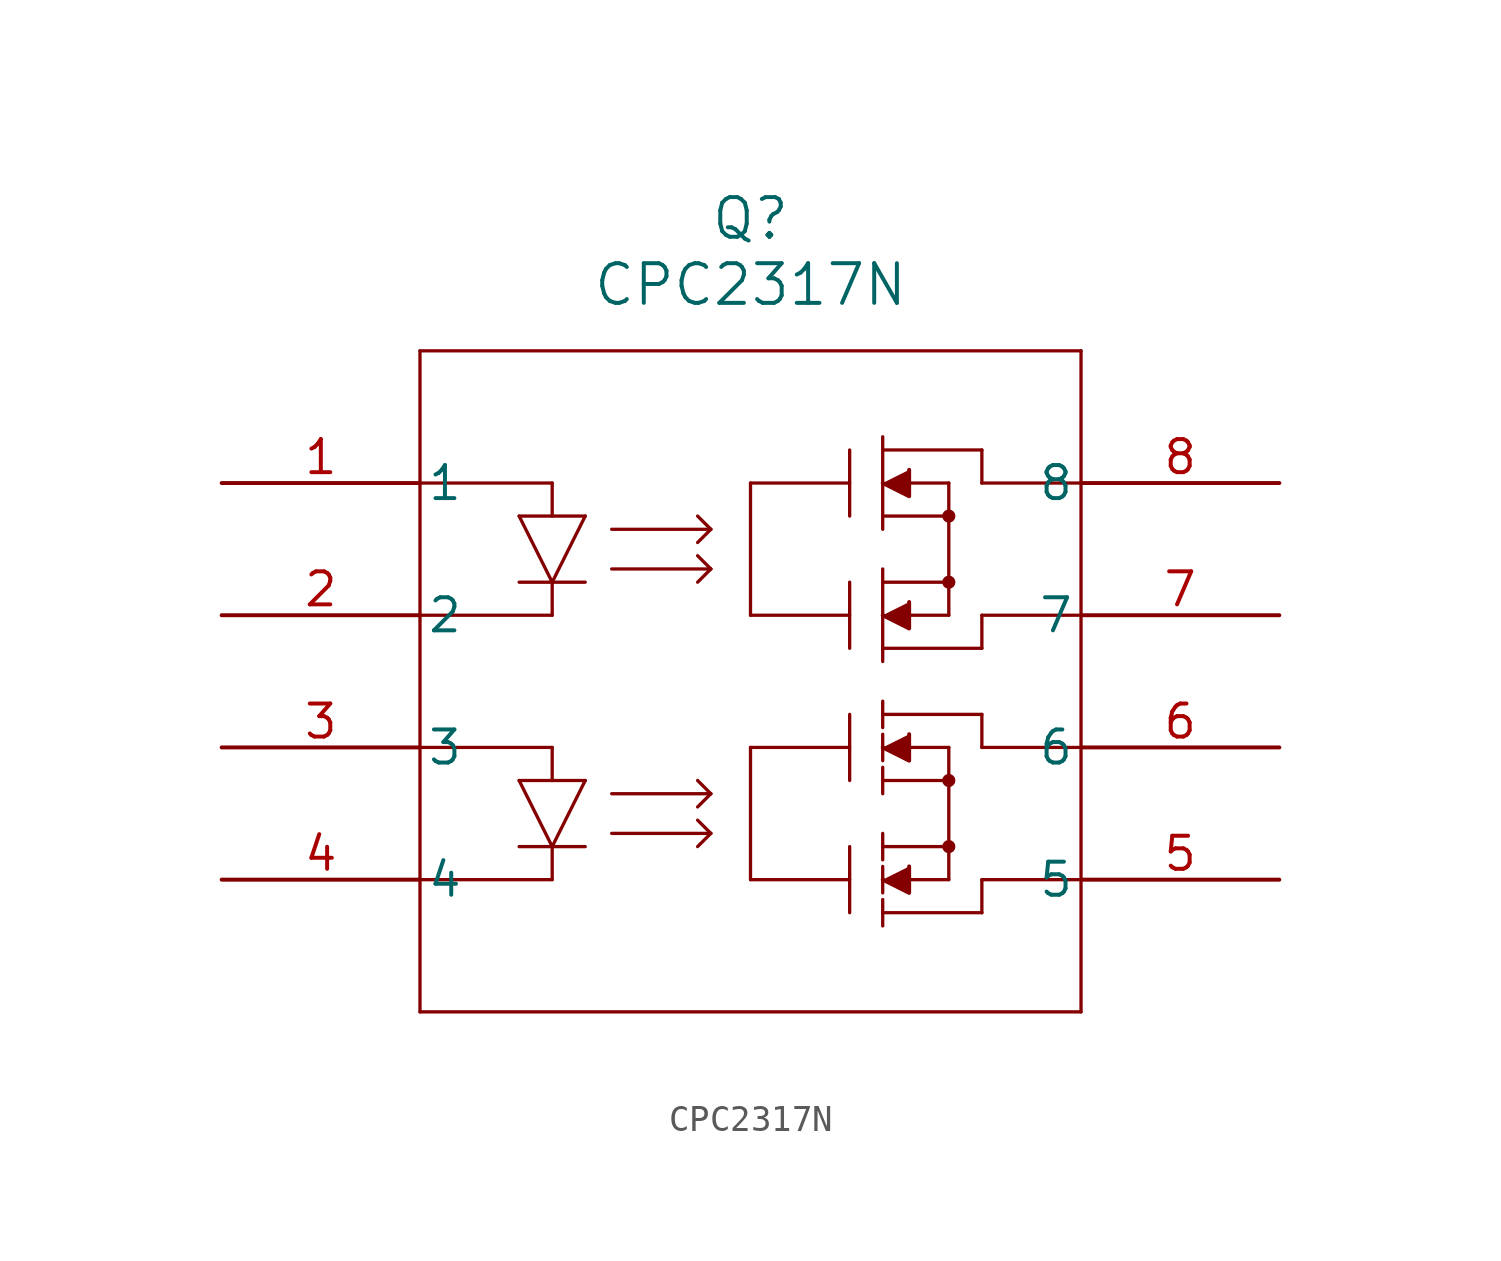
<source format=kicad_sym>
(kicad_symbol_lib
  (version 20211014)
  (generator kicad_symbol_editor)
  (symbol "CPC2317N"
    (pin_names
      (offset 0.254))
    (property "Reference" "Q"
      (at 20.32 10.16 0)
      (effects (font (size 1.524 1.524))))
    (property "Value" "CPC2317N"
      (at 20.32 7.62 0)
      (effects (font (size 1.524 1.524))))
    (symbol "CPC2317N_0_1"
      (polyline (pts (xy 7.62 5.08) (xy 7.62 -20.32)) (stroke (width 0.127) (type default) (color 0 0 0 0)) (fill (type none)))
      (polyline (pts (xy 7.62 -20.32) (xy 33.02 -20.32)) (stroke (width 0.127) (type default) (color 0 0 0 0)) (fill (type none)))
      (polyline (pts (xy 33.02 -20.32) (xy 33.02 5.08)) (stroke (width 0.127) (type default) (color 0 0 0 0)) (fill (type none)))
      (polyline (pts (xy 33.02 5.08) (xy 7.62 5.08)) (stroke (width 0.127) (type default) (color 0 0 0 0)) (fill (type none)))
      (polyline (pts (xy 7.62 0) (xy 12.7 0)) (stroke (width 0.127) (type default) (color 0 0 0 0)) (fill (type none)))
      (polyline (pts (xy 12.7 -5.08) (xy 7.62 -5.08)) (stroke (width 0.127) (type default) (color 0 0 0 0)) (fill (type none)))
      (polyline (pts (xy 12.7 -3.81) (xy 12.7 -5.08)) (stroke (width 0.127) (type default) (color 0 0 0 0)) (fill (type none)))
      (polyline (pts (xy 25.4 -3.302) (xy 25.4 -6.858)) (stroke (width 0.127) (type default) (color 0 0 0 0)) (fill (type none)))
      (polyline (pts (xy 25.4 1.778) (xy 25.4 -1.778)) (stroke (width 0.127) (type default) (color 0 0 0 0)) (fill (type none)))
      (polyline (pts (xy 12.7 0) (xy 12.7 -1.27)) (stroke (width 0.127) (type default) (color 0 0 0 0)) (fill (type none)))
      (polyline (pts (xy 11.43 -1.27) (xy 13.97 -1.27)) (stroke (width 0.127) (type default) (color 0 0 0 0)) (fill (type none)))
      (polyline (pts (xy 13.97 -1.27) (xy 12.7 -3.81)) (stroke (width 0.127) (type default) (color 0 0 0 0)) (fill (type none)))
      (polyline (pts (xy 11.43 -1.27) (xy 12.7 -3.81)) (stroke (width 0.127) (type default) (color 0 0 0 0)) (fill (type none)))
      (polyline (pts (xy 11.43 -3.81) (xy 13.97 -3.81)) (stroke (width 0.127) (type default) (color 0 0 0 0)) (fill (type none)))
      (polyline (pts (xy 14.986 -1.778) (xy 18.796 -1.778)) (stroke (width 0.127) (type default) (color 0 0 0 0)) (fill (type none)))
      (polyline (pts (xy 18.288 -1.27) (xy 18.796 -1.778)) (stroke (width 0.127) (type default) (color 0 0 0 0)) (fill (type none)))
      (polyline (pts (xy 18.796 -1.778) (xy 18.288 -2.286)) (stroke (width 0.127) (type default) (color 0 0 0 0)) (fill (type none)))
      (polyline (pts (xy 14.986 -3.302) (xy 18.796 -3.302)) (stroke (width 0.127) (type default) (color 0 0 0 0)) (fill (type none)))
      (polyline (pts (xy 18.288 -2.794) (xy 18.796 -3.302)) (stroke (width 0.127) (type default) (color 0 0 0 0)) (fill (type none)))
      (polyline (pts (xy 18.796 -3.302) (xy 18.288 -3.81)) (stroke (width 0.127) (type default) (color 0 0 0 0)) (fill (type none)))
      (polyline (pts (xy 33.02 0) (xy 29.21 0)) (stroke (width 0.127) (type default) (color 0 0 0 0)) (fill (type none)))
      (polyline (pts (xy 25.4 0) (xy 26.416 -0.508) (xy 26.416 0.508)) (stroke (width 0) (type default) (color 0 0 0 0)) (fill (type outline)))
      (polyline (pts (xy 33.02 -5.08) (xy 29.21 -5.08)) (stroke (width 0.127) (type default) (color 0 0 0 0)) (fill (type none)))
      (polyline (pts (xy 29.21 1.27) (xy 29.21 0)) (stroke (width 0.127) (type default) (color 0 0 0 0)) (fill (type none)))
      (polyline (pts (xy 29.21 1.27) (xy 25.4 1.27)) (stroke (width 0.127) (type default) (color 0 0 0 0)) (fill (type none)))
      (polyline (pts (xy 29.21 -5.08) (xy 29.21 -6.35)) (stroke (width 0.127) (type default) (color 0 0 0 0)) (fill (type none)))
      (polyline (pts (xy 29.21 -6.35) (xy 25.4 -6.35)) (stroke (width 0.127) (type default) (color 0 0 0 0)) (fill (type none)))
      (polyline (pts (xy 26.416 0) (xy 27.94 0)) (stroke (width 0.127) (type default) (color 0 0 0 0)) (fill (type none)))
      (polyline (pts (xy 25.4 -1.27) (xy 27.94 -1.27)) (stroke (width 0.127) (type default) (color 0 0 0 0)) (fill (type none)))
      (polyline (pts (xy 27.94 0) (xy 27.94 -5.08)) (stroke (width 0.127) (type default) (color 0 0 0 0)) (fill (type none)))
      (polyline (pts (xy 27.94 -5.08) (xy 26.416 -5.08)) (stroke (width 0.127) (type default) (color 0 0 0 0)) (fill (type none)))
      (polyline (pts (xy 27.94 -3.81) (xy 25.4 -3.81)) (stroke (width 0.127) (type default) (color 0 0 0 0)) (fill (type none)))
      (polyline (pts (xy 25.4 -5.08) (xy 26.416 -5.588) (xy 26.416 -4.572)) (stroke (width 0) (type default) (color 0 0 0 0)) (fill (type outline)))
      (polyline (pts (xy 7.62 -10.16) (xy 12.7 -10.16)) (stroke (width 0.127) (type default) (color 0 0 0 0)) (fill (type none)))
      (polyline (pts (xy 12.7 -15.24) (xy 7.62 -15.24)) (stroke (width 0.127) (type default) (color 0 0 0 0)) (fill (type none)))
      (polyline (pts (xy 12.7 -13.97) (xy 12.7 -15.24)) (stroke (width 0.127) (type default) (color 0 0 0 0)) (fill (type none)))
      (polyline (pts (xy 25.4 -13.462) (xy 25.4 -14.478)) (stroke (width 0.127) (type default) (color 0 0 0 0)) (fill (type none)))
      (polyline (pts (xy 12.7 -10.16) (xy 12.7 -11.43)) (stroke (width 0.127) (type default) (color 0 0 0 0)) (fill (type none)))
      (polyline (pts (xy 24.13 0) (xy 20.32 0)) (stroke (width 0.127) (type default) (color 0 0 0 0)) (fill (type none)))
      (polyline (pts (xy 20.32 0) (xy 20.32 -5.08)) (stroke (width 0.127) (type default) (color 0 0 0 0)) (fill (type none)))
      (polyline (pts (xy 20.32 -5.08) (xy 24.13 -5.08)) (stroke (width 0.127) (type default) (color 0 0 0 0)) (fill (type none)))
      (polyline (pts (xy 24.13 1.27) (xy 24.13 -1.27)) (stroke (width 0.127) (type default) (color 0 0 0 0)) (fill (type none)))
      (polyline (pts (xy 24.13 -3.81) (xy 24.13 -6.35)) (stroke (width 0.127) (type default) (color 0 0 0 0)) (fill (type none)))
      (circle (center 27.94 -1.27) (radius 0.127) (stroke (width 0.254) (type default) (color 0 0 0 0)) (fill (type none)))
      (polyline (pts (xy 11.43 -11.43) (xy 13.97 -11.43)) (stroke (width 0.127) (type default) (color 0 0 0 0)) (fill (type none)))
      (circle (center 27.94 -3.81) (radius 0.127) (stroke (width 0.254) (type default) (color 0 0 0 0)) (fill (type none)))
      (polyline (pts (xy 13.97 -11.43) (xy 12.7 -13.97)) (stroke (width 0.127) (type default) (color 0 0 0 0)) (fill (type none)))
      (polyline (pts (xy 11.43 -11.43) (xy 12.7 -13.97)) (stroke (width 0.127) (type default) (color 0 0 0 0)) (fill (type none)))
      (polyline (pts (xy 11.43 -13.97) (xy 13.97 -13.97)) (stroke (width 0.127) (type default) (color 0 0 0 0)) (fill (type none)))
      (polyline (pts (xy 14.986 -11.938) (xy 18.796 -11.938)) (stroke (width 0.127) (type default) (color 0 0 0 0)) (fill (type none)))
      (polyline (pts (xy 18.288 -11.43) (xy 18.796 -11.938)) (stroke (width 0.127) (type default) (color 0 0 0 0)) (fill (type none)))
      (polyline (pts (xy 18.796 -11.938) (xy 18.288 -12.446)) (stroke (width 0.127) (type default) (color 0 0 0 0)) (fill (type none)))
      (polyline (pts (xy 14.986 -13.462) (xy 18.796 -13.462)) (stroke (width 0.127) (type default) (color 0 0 0 0)) (fill (type none)))
      (polyline (pts (xy 18.288 -12.954) (xy 18.796 -13.462)) (stroke (width 0.127) (type default) (color 0 0 0 0)) (fill (type none)))
      (polyline (pts (xy 18.796 -13.462) (xy 18.288 -13.97)) (stroke (width 0.127) (type default) (color 0 0 0 0)) (fill (type none)))
      (polyline (pts (xy 33.02 -10.16) (xy 29.21 -10.16)) (stroke (width 0.127) (type default) (color 0 0 0 0)) (fill (type none)))
      (polyline (pts (xy 33.02 -15.24) (xy 29.21 -15.24)) (stroke (width 0.127) (type default) (color 0 0 0 0)) (fill (type none)))
      (polyline (pts (xy 29.21 -8.89) (xy 29.21 -10.16)) (stroke (width 0.127) (type default) (color 0 0 0 0)) (fill (type none)))
      (polyline (pts (xy 29.21 -8.89) (xy 25.4 -8.89)) (stroke (width 0.127) (type default) (color 0 0 0 0)) (fill (type none)))
      (polyline (pts (xy 29.21 -15.24) (xy 29.21 -16.51)) (stroke (width 0.127) (type default) (color 0 0 0 0)) (fill (type none)))
      (polyline (pts (xy 29.21 -16.51) (xy 25.4 -16.51)) (stroke (width 0.127) (type default) (color 0 0 0 0)) (fill (type none)))
      (polyline (pts (xy 26.416 -10.16) (xy 27.94 -10.16)) (stroke (width 0.127) (type default) (color 0 0 0 0)) (fill (type none)))
      (polyline (pts (xy 25.4 -11.43) (xy 27.94 -11.43)) (stroke (width 0.127) (type default) (color 0 0 0 0)) (fill (type none)))
      (polyline (pts (xy 27.94 -10.16) (xy 27.94 -15.24)) (stroke (width 0.127) (type default) (color 0 0 0 0)) (fill (type none)))
      (polyline (pts (xy 27.94 -15.24) (xy 26.416 -15.24)) (stroke (width 0.127) (type default) (color 0 0 0 0)) (fill (type none)))
      (polyline (pts (xy 27.94 -13.97) (xy 25.4 -13.97)) (stroke (width 0.127) (type default) (color 0 0 0 0)) (fill (type none)))
      (polyline (pts (xy 24.13 -10.16) (xy 20.32 -10.16)) (stroke (width 0.127) (type default) (color 0 0 0 0)) (fill (type none)))
      (polyline (pts (xy 20.32 -10.16) (xy 20.32 -15.24)) (stroke (width 0.127) (type default) (color 0 0 0 0)) (fill (type none)))
      (polyline (pts (xy 20.32 -15.24) (xy 24.13 -15.24)) (stroke (width 0.127) (type default) (color 0 0 0 0)) (fill (type none)))
      (polyline (pts (xy 24.13 -8.89) (xy 24.13 -11.43)) (stroke (width 0.127) (type default) (color 0 0 0 0)) (fill (type none)))
      (polyline (pts (xy 24.13 -13.97) (xy 24.13 -16.51)) (stroke (width 0.127) (type default) (color 0 0 0 0)) (fill (type none)))
      (circle (center 27.94 -11.43) (radius 0.127) (stroke (width 0.254) (type default) (color 0 0 0 0)) (fill (type none)))
      (circle (center 27.94 -13.97) (radius 0.127) (stroke (width 0.254) (type default) (color 0 0 0 0)) (fill (type none)))
      (polyline (pts (xy 25.4 -10.16) (xy 26.416 -10.668) (xy 26.416 -9.652)) (stroke (width 0) (type default) (color 0 0 0 0)) (fill (type outline)))
      (polyline (pts (xy 25.4 -15.24) (xy 26.416 -15.748) (xy 26.416 -14.732)) (stroke (width 0) (type default) (color 0 0 0 0)) (fill (type outline)))
      (polyline (pts (xy 25.4 -8.382) (xy 25.4 -9.398)) (stroke (width 0.127) (type default) (color 0 0 0 0)) (fill (type none)))
      (polyline (pts (xy 25.4 -9.652) (xy 25.4 -10.668)) (stroke (width 0.127) (type default) (color 0 0 0 0)) (fill (type none)))
      (polyline (pts (xy 25.4 -10.922) (xy 25.4 -11.938)) (stroke (width 0.127) (type default) (color 0 0 0 0)) (fill (type none)))
      (polyline (pts (xy 25.4 -14.732) (xy 25.4 -15.748)) (stroke (width 0.127) (type default) (color 0 0 0 0)) (fill (type none)))
      (polyline (pts (xy 25.4 -16.002) (xy 25.4 -17.018)) (stroke (width 0.127) (type default) (color 0 0 0 0)) (fill (type none)))
      (pin unspecified line (at 0 0 0) (length 7.62) (name "1" (effects (font (size 1.27 1.27)))) (number "1" (effects (font (size 1.27 1.27)))))
      (pin unspecified line (at 0 -5.08 0) (length 7.62) (name "2" (effects (font (size 1.27 1.27)))) (number "2" (effects (font (size 1.27 1.27)))))
      (pin unspecified line (at 0 -10.16 0) (length 7.62) (name "3" (effects (font (size 1.27 1.27)))) (number "3" (effects (font (size 1.27 1.27)))))
      (pin unspecified line (at 0 -15.24 0) (length 7.62) (name "4" (effects (font (size 1.27 1.27)))) (number "4" (effects (font (size 1.27 1.27)))))
      (pin unspecified line (at 40.64 -15.24 180) (length 7.62) (name "5" (effects (font (size 1.27 1.27)))) (number "5" (effects (font (size 1.27 1.27)))))
      (pin unspecified line (at 40.64 -10.16 180) (length 7.62) (name "6" (effects (font (size 1.27 1.27)))) (number "6" (effects (font (size 1.27 1.27)))))
      (pin unspecified line (at 40.64 -5.08 180) (length 7.62) (name "7" (effects (font (size 1.27 1.27)))) (number "7" (effects (font (size 1.27 1.27)))))
      (pin unspecified line (at 40.64 0 180) (length 7.62) (name "8" (effects (font (size 1.27 1.27)))) (number "8" (effects (font (size 1.27 1.27))))))))
</source>
